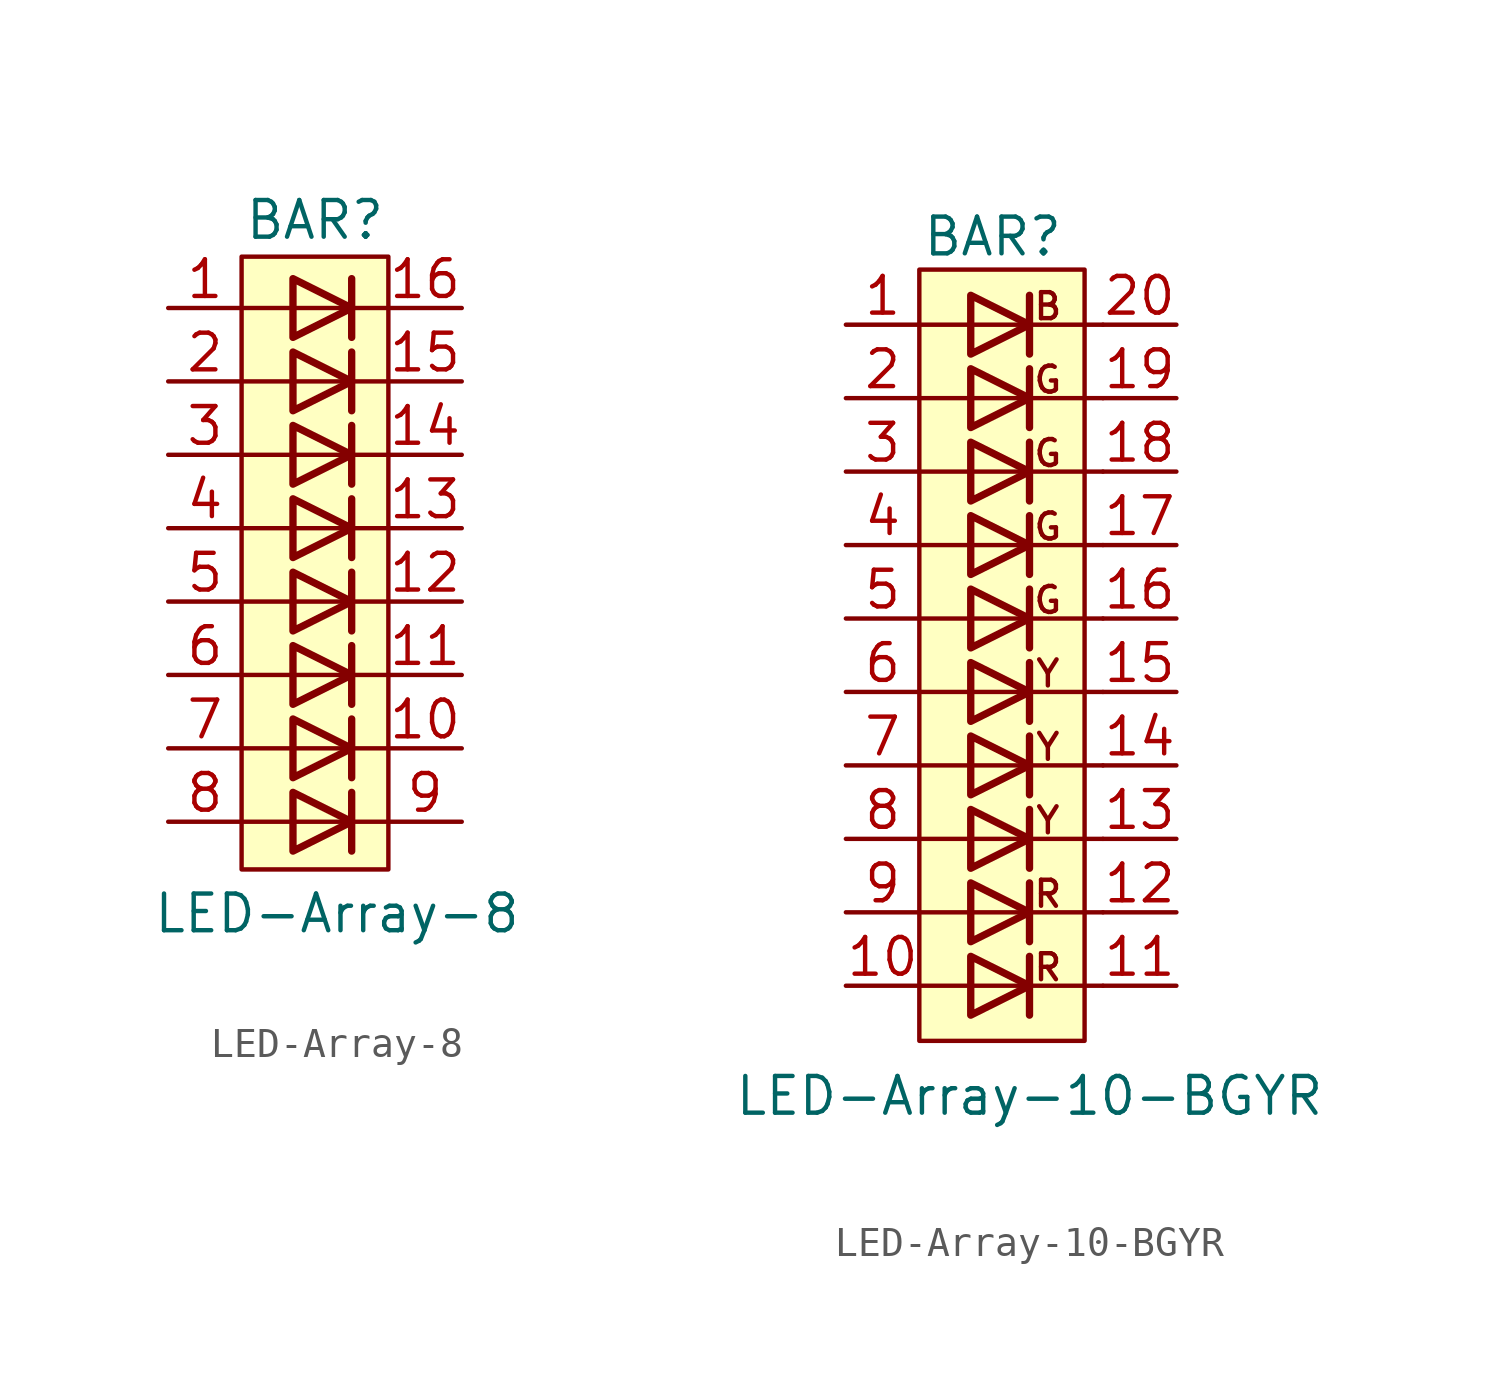
<source format=kicad_sym>
(kicad_symbol_lib
  (version 20211014)
  (generator kicad_symbol_editor)
  (symbol "LED-Array-8"
    (pin_names
      (offset 1.016) hide)
    (property "Reference" "BAR"
      (at 0 11.938 0)
      (effects (font (size 1.27 1.27))))
    (property "Value" "LED-Array-8"
      (at 0.762 -12.065 0)
      (effects (font (size 1.27 1.27))))
    (symbol "LED-Array-8_0_1"
      (polyline (pts (xy -2.54 -8.89) (xy 2.54 -8.89)) (stroke (width 0) (type default) (color 0 0 0 0)) (fill (type none)))
      (polyline (pts (xy -2.54 -6.35) (xy 2.54 -6.35)) (stroke (width 0) (type default) (color 0 0 0 0)) (fill (type none)))
      (polyline (pts (xy -2.54 -1.27) (xy 2.54 -1.27)) (stroke (width 0) (type default) (color 0 0 0 0)) (fill (type none)))
      (polyline (pts (xy -2.54 3.81) (xy 2.54 3.81)) (stroke (width 0) (type default) (color 0 0 0 0)) (fill (type none)))
      (polyline (pts (xy -2.54 6.35) (xy 2.54 6.35)) (stroke (width 0) (type default) (color 0 0 0 0)) (fill (type none)))
      (polyline (pts (xy -2.54 8.89) (xy 2.54 8.89)) (stroke (width 0) (type default) (color 0 0 0 0)) (fill (type none)))
      (polyline (pts (xy 1.27 -7.874) (xy 1.27 -9.906)) (stroke (width 0.254) (type default) (color 0 0 0 0)) (fill (type none)))
      (polyline (pts (xy 1.27 -5.334) (xy 1.27 -7.366)) (stroke (width 0.254) (type default) (color 0 0 0 0)) (fill (type none)))
      (polyline (pts (xy 1.27 -2.794) (xy 1.27 -4.826)) (stroke (width 0.254) (type default) (color 0 0 0 0)) (fill (type none)))
      (polyline (pts (xy 1.27 -0.254) (xy 1.27 -2.286)) (stroke (width 0.254) (type default) (color 0 0 0 0)) (fill (type none)))
      (polyline (pts (xy 1.27 2.286) (xy 1.27 0.254)) (stroke (width 0.254) (type default) (color 0 0 0 0)) (fill (type none)))
      (polyline (pts (xy 1.27 4.826) (xy 1.27 2.794)) (stroke (width 0.254) (type default) (color 0 0 0 0)) (fill (type none)))
      (polyline (pts (xy 1.27 7.366) (xy 1.27 5.334)) (stroke (width 0.254) (type default) (color 0 0 0 0)) (fill (type none)))
      (polyline (pts (xy 1.27 9.906) (xy 1.27 7.874)) (stroke (width 0.254) (type default) (color 0 0 0 0)) (fill (type none)))
      (polyline (pts (xy 2.54 -3.81) (xy -2.54 -3.81)) (stroke (width 0) (type default) (color 0 0 0 0)) (fill (type none)))
      (polyline (pts (xy 2.54 1.27) (xy -2.54 1.27)) (stroke (width 0) (type default) (color 0 0 0 0)) (fill (type none)))
      (polyline (pts (xy -0.762 -7.874) (xy -0.762 -9.906) (xy 1.27 -8.89) (xy -0.762 -7.874)) (stroke (width 0.254) (type default) (color 0 0 0 0)) (fill (type none)))
      (polyline (pts (xy -0.762 -5.334) (xy -0.762 -7.366) (xy 1.27 -6.35) (xy -0.762 -5.334)) (stroke (width 0.254) (type default) (color 0 0 0 0)) (fill (type none)))
      (polyline (pts (xy -0.762 -2.794) (xy -0.762 -4.826) (xy 1.27 -3.81) (xy -0.762 -2.794)) (stroke (width 0.254) (type default) (color 0 0 0 0)) (fill (type none)))
      (polyline (pts (xy -0.762 -0.254) (xy -0.762 -2.286) (xy 1.27 -1.27) (xy -0.762 -0.254)) (stroke (width 0.254) (type default) (color 0 0 0 0)) (fill (type none)))
      (polyline (pts (xy -0.762 2.286) (xy -0.762 0.254) (xy 1.27 1.27) (xy -0.762 2.286)) (stroke (width 0.254) (type default) (color 0 0 0 0)) (fill (type none)))
      (polyline (pts (xy -0.762 4.826) (xy -0.762 2.794) (xy 1.27 3.81) (xy -0.762 4.826)) (stroke (width 0.254) (type default) (color 0 0 0 0)) (fill (type none)))
      (polyline (pts (xy -0.762 7.366) (xy -0.762 5.334) (xy 1.27 6.35) (xy -0.762 7.366)) (stroke (width 0.254) (type default) (color 0 0 0 0)) (fill (type none)))
      (polyline (pts (xy -0.762 9.906) (xy -0.762 7.874) (xy 1.27 8.89) (xy -0.762 9.906)) (stroke (width 0.254) (type default) (color 0 0 0 0)) (fill (type none)))
      (rectangle (start 2.54 10.668) (end -2.54 -10.541) (stroke (width 0) (type default) (color 0 0 0 0)) (fill (type background))))
    (symbol "LED-Array-8_1_1"
      (pin passive line (at -5.08 8.89 0) (length 2.54) (name "A" (effects (font (size 1.27 1.27)))) (number "1" (effects (font (size 1.27 1.27)))))
      (pin passive line (at 5.08 -6.35 180) (length 2.54) (name "K" (effects (font (size 1.27 1.27)))) (number "10" (effects (font (size 1.27 1.27)))))
      (pin passive line (at 5.08 -3.81 180) (length 2.54) (name "K" (effects (font (size 1.27 1.27)))) (number "11" (effects (font (size 1.27 1.27)))))
      (pin passive line (at 5.08 -1.27 180) (length 2.54) (name "K" (effects (font (size 1.27 1.27)))) (number "12" (effects (font (size 1.27 1.27)))))
      (pin passive line (at 5.08 1.27 180) (length 2.54) (name "K" (effects (font (size 1.27 1.27)))) (number "13" (effects (font (size 1.27 1.27)))))
      (pin passive line (at 5.08 3.81 180) (length 2.54) (name "K" (effects (font (size 1.27 1.27)))) (number "14" (effects (font (size 1.27 1.27)))))
      (pin passive line (at 5.08 6.35 180) (length 2.54) (name "K" (effects (font (size 1.27 1.27)))) (number "15" (effects (font (size 1.27 1.27)))))
      (pin passive line (at 5.08 8.89 180) (length 2.54) (name "K" (effects (font (size 1.27 1.27)))) (number "16" (effects (font (size 1.27 1.27)))))
      (pin passive line (at -5.08 6.35 0) (length 2.54) (name "A" (effects (font (size 1.27 1.27)))) (number "2" (effects (font (size 1.27 1.27)))))
      (pin passive line (at -5.08 3.81 0) (length 2.54) (name "A" (effects (font (size 1.27 1.27)))) (number "3" (effects (font (size 1.27 1.27)))))
      (pin passive line (at -5.08 1.27 0) (length 2.54) (name "A" (effects (font (size 1.27 1.27)))) (number "4" (effects (font (size 1.27 1.27)))))
      (pin passive line (at -5.08 -1.27 0) (length 2.54) (name "A" (effects (font (size 1.27 1.27)))) (number "5" (effects (font (size 1.27 1.27)))))
      (pin passive line (at -5.08 -3.81 0) (length 2.54) (name "A" (effects (font (size 1.27 1.27)))) (number "6" (effects (font (size 1.27 1.27)))))
      (pin passive line (at -5.08 -6.35 0) (length 2.54) (name "A" (effects (font (size 1.27 1.27)))) (number "7" (effects (font (size 1.27 1.27)))))
      (pin passive line (at -5.08 -8.89 0) (length 2.54) (name "A" (effects (font (size 1.27 1.27)))) (number "8" (effects (font (size 1.27 1.27)))))
      (pin passive line (at 5.08 -8.89 180) (length 2.54) (name "K" (effects (font (size 1.27 1.27)))) (number "9" (effects (font (size 1.27 1.27)))))))
  (symbol "LED-Array-10-BGYR"
    (pin_names
      (offset 1.016) hide)
    (property "Reference" "BAR"
      (at 0 11.938 0)
      (effects (font (size 1.27 1.27))))
    (property "Value" "LED-Array-10-BGYR"
      (at 1.27 -17.78 0)
      (effects (font (size 1.27 1.27))))
    (symbol "LED-Array-10-BGYR_0_0"
      (rectangle (start -2.54 -15.875) (end 3.175 10.795) (stroke (width 0) (type default) (color 0 0 0 0)) (fill (type background)))
      (text "B" (at 1.905 9.525 0) (effects (font (size 0.9 0.9))))
      (text "G" (at 1.905 -0.635 0) (effects (font (size 0.9 0.9))))
      (text "G" (at 1.905 1.905 0) (effects (font (size 0.9 0.9))))
      (text "G" (at 1.905 4.445 0) (effects (font (size 0.9 0.9))))
      (text "G" (at 1.905 6.985 0) (effects (font (size 0.9 0.9))))
      (text "R" (at 1.905 -13.335 0) (effects (font (size 0.9 0.9))))
      (text "R" (at 1.905 -10.795 0) (effects (font (size 0.9 0.9))))
      (text "Y" (at 1.905 -8.255 0) (effects (font (size 0.9 0.9))))
      (text "Y" (at 1.905 -5.715 0) (effects (font (size 0.9 0.9))))
      (text "Y" (at 1.905 -3.175 0) (effects (font (size 0.9 0.9)))))
    (symbol "LED-Array-10-BGYR_0_1"
      (polyline (pts (xy -2.54 -13.97) (xy 3.81 -13.97)) (stroke (width 0) (type default) (color 0 0 0 0)) (fill (type none)))
      (polyline (pts (xy -2.54 -11.43) (xy 3.81 -11.43)) (stroke (width 0) (type default) (color 0 0 0 0)) (fill (type none)))
      (polyline (pts (xy -2.54 -8.89) (xy 3.81 -8.89)) (stroke (width 0) (type default) (color 0 0 0 0)) (fill (type none)))
      (polyline (pts (xy -2.54 -6.35) (xy 3.81 -6.35)) (stroke (width 0) (type default) (color 0 0 0 0)) (fill (type none)))
      (polyline (pts (xy -2.54 -1.27) (xy 3.81 -1.27)) (stroke (width 0) (type default) (color 0 0 0 0)) (fill (type none)))
      (polyline (pts (xy -2.54 3.81) (xy 3.81 3.81)) (stroke (width 0) (type default) (color 0 0 0 0)) (fill (type none)))
      (polyline (pts (xy -2.54 6.35) (xy 3.81 6.35)) (stroke (width 0) (type default) (color 0 0 0 0)) (fill (type none)))
      (polyline (pts (xy -2.54 8.89) (xy 3.81 8.89)) (stroke (width 0) (type default) (color 0 0 0 0)) (fill (type none)))
      (polyline (pts (xy 1.27 -12.954) (xy 1.27 -14.986)) (stroke (width 0.254) (type default) (color 0 0 0 0)) (fill (type none)))
      (polyline (pts (xy 1.27 -10.414) (xy 1.27 -12.446)) (stroke (width 0.254) (type default) (color 0 0 0 0)) (fill (type none)))
      (polyline (pts (xy 1.27 -7.874) (xy 1.27 -9.906)) (stroke (width 0.254) (type default) (color 0 0 0 0)) (fill (type none)))
      (polyline (pts (xy 1.27 -5.334) (xy 1.27 -7.366)) (stroke (width 0.254) (type default) (color 0 0 0 0)) (fill (type none)))
      (polyline (pts (xy 1.27 -2.794) (xy 1.27 -4.826)) (stroke (width 0.254) (type default) (color 0 0 0 0)) (fill (type none)))
      (polyline (pts (xy 1.27 -0.254) (xy 1.27 -2.286)) (stroke (width 0.254) (type default) (color 0 0 0 0)) (fill (type none)))
      (polyline (pts (xy 1.27 2.286) (xy 1.27 0.254)) (stroke (width 0.254) (type default) (color 0 0 0 0)) (fill (type none)))
      (polyline (pts (xy 1.27 4.826) (xy 1.27 2.794)) (stroke (width 0.254) (type default) (color 0 0 0 0)) (fill (type none)))
      (polyline (pts (xy 1.27 7.366) (xy 1.27 5.334)) (stroke (width 0.254) (type default) (color 0 0 0 0)) (fill (type none)))
      (polyline (pts (xy 1.27 9.906) (xy 1.27 7.874)) (stroke (width 0.254) (type default) (color 0 0 0 0)) (fill (type none)))
      (polyline (pts (xy 3.81 -3.81) (xy -2.54 -3.81)) (stroke (width 0) (type default) (color 0 0 0 0)) (fill (type none)))
      (polyline (pts (xy 3.81 1.27) (xy -2.54 1.27)) (stroke (width 0) (type default) (color 0 0 0 0)) (fill (type none)))
      (polyline (pts (xy -0.762 -12.954) (xy -0.762 -14.986) (xy 1.27 -13.97) (xy -0.762 -12.954)) (stroke (width 0.254) (type default) (color 0 0 0 0)) (fill (type none)))
      (polyline (pts (xy -0.762 -10.414) (xy -0.762 -12.446) (xy 1.27 -11.43) (xy -0.762 -10.414)) (stroke (width 0.254) (type default) (color 0 0 0 0)) (fill (type none)))
      (polyline (pts (xy -0.762 -7.874) (xy -0.762 -9.906) (xy 1.27 -8.89) (xy -0.762 -7.874)) (stroke (width 0.254) (type default) (color 0 0 0 0)) (fill (type none)))
      (polyline (pts (xy -0.762 -5.334) (xy -0.762 -7.366) (xy 1.27 -6.35) (xy -0.762 -5.334)) (stroke (width 0.254) (type default) (color 0 0 0 0)) (fill (type none)))
      (polyline (pts (xy -0.762 -2.794) (xy -0.762 -4.826) (xy 1.27 -3.81) (xy -0.762 -2.794)) (stroke (width 0.254) (type default) (color 0 0 0 0)) (fill (type none)))
      (polyline (pts (xy -0.762 -0.254) (xy -0.762 -2.286) (xy 1.27 -1.27) (xy -0.762 -0.254)) (stroke (width 0.254) (type default) (color 0 0 0 0)) (fill (type none)))
      (polyline (pts (xy -0.762 2.286) (xy -0.762 0.254) (xy 1.27 1.27) (xy -0.762 2.286)) (stroke (width 0.254) (type default) (color 0 0 0 0)) (fill (type none)))
      (polyline (pts (xy -0.762 4.826) (xy -0.762 2.794) (xy 1.27 3.81) (xy -0.762 4.826)) (stroke (width 0.254) (type default) (color 0 0 0 0)) (fill (type none)))
      (polyline (pts (xy -0.762 7.366) (xy -0.762 5.334) (xy 1.27 6.35) (xy -0.762 7.366)) (stroke (width 0.254) (type default) (color 0 0 0 0)) (fill (type none)))
      (polyline (pts (xy -0.762 9.906) (xy -0.762 7.874) (xy 1.27 8.89) (xy -0.762 9.906)) (stroke (width 0.254) (type default) (color 0 0 0 0)) (fill (type none))))
    (symbol "LED-Array-10-BGYR_1_1"
      (pin passive line (at -5.08 8.89 0) (length 2.54) (name "A" (effects (font (size 1.27 1.27)))) (number "1" (effects (font (size 1.27 1.27)))))
      (pin passive line (at -5.08 -13.97 0) (length 2.54) (name "A" (effects (font (size 1.27 1.27)))) (number "10" (effects (font (size 1.27 1.27)))))
      (pin passive line (at 6.35 -13.97 180) (length 2.54) (name "K" (effects (font (size 1.27 1.27)))) (number "11" (effects (font (size 1.27 1.27)))))
      (pin passive line (at 6.35 -11.43 180) (length 2.54) (name "K" (effects (font (size 1.27 1.27)))) (number "12" (effects (font (size 1.27 1.27)))))
      (pin passive line (at 6.35 -8.89 180) (length 2.54) (name "K" (effects (font (size 1.27 1.27)))) (number "13" (effects (font (size 1.27 1.27)))))
      (pin passive line (at 6.35 -6.35 180) (length 2.54) (name "K" (effects (font (size 1.27 1.27)))) (number "14" (effects (font (size 1.27 1.27)))))
      (pin passive line (at 6.35 -3.81 180) (length 2.54) (name "K" (effects (font (size 1.27 1.27)))) (number "15" (effects (font (size 1.27 1.27)))))
      (pin passive line (at 6.35 -1.27 180) (length 2.54) (name "K" (effects (font (size 1.27 1.27)))) (number "16" (effects (font (size 1.27 1.27)))))
      (pin passive line (at 6.35 1.27 180) (length 2.54) (name "K" (effects (font (size 1.27 1.27)))) (number "17" (effects (font (size 1.27 1.27)))))
      (pin passive line (at 6.35 3.81 180) (length 2.54) (name "K" (effects (font (size 1.27 1.27)))) (number "18" (effects (font (size 1.27 1.27)))))
      (pin passive line (at 6.35 6.35 180) (length 2.54) (name "K" (effects (font (size 1.27 1.27)))) (number "19" (effects (font (size 1.27 1.27)))))
      (pin passive line (at -5.08 6.35 0) (length 2.54) (name "A" (effects (font (size 1.27 1.27)))) (number "2" (effects (font (size 1.27 1.27)))))
      (pin passive line (at 6.35 8.89 180) (length 2.54) (name "K" (effects (font (size 1.27 1.27)))) (number "20" (effects (font (size 1.27 1.27)))))
      (pin passive line (at -5.08 3.81 0) (length 2.54) (name "A" (effects (font (size 1.27 1.27)))) (number "3" (effects (font (size 1.27 1.27)))))
      (pin passive line (at -5.08 1.27 0) (length 2.54) (name "A" (effects (font (size 1.27 1.27)))) (number "4" (effects (font (size 1.27 1.27)))))
      (pin passive line (at -5.08 -1.27 0) (length 2.54) (name "A" (effects (font (size 1.27 1.27)))) (number "5" (effects (font (size 1.27 1.27)))))
      (pin passive line (at -5.08 -3.81 0) (length 2.54) (name "A" (effects (font (size 1.27 1.27)))) (number "6" (effects (font (size 1.27 1.27)))))
      (pin passive line (at -5.08 -6.35 0) (length 2.54) (name "A" (effects (font (size 1.27 1.27)))) (number "7" (effects (font (size 1.27 1.27)))))
      (pin passive line (at -5.08 -8.89 0) (length 2.54) (name "A" (effects (font (size 1.27 1.27)))) (number "8" (effects (font (size 1.27 1.27)))))
      (pin passive line (at -5.08 -11.43 0) (length 2.54) (name "A" (effects (font (size 1.27 1.27)))) (number "9" (effects (font (size 1.27 1.27))))))))
</source>
